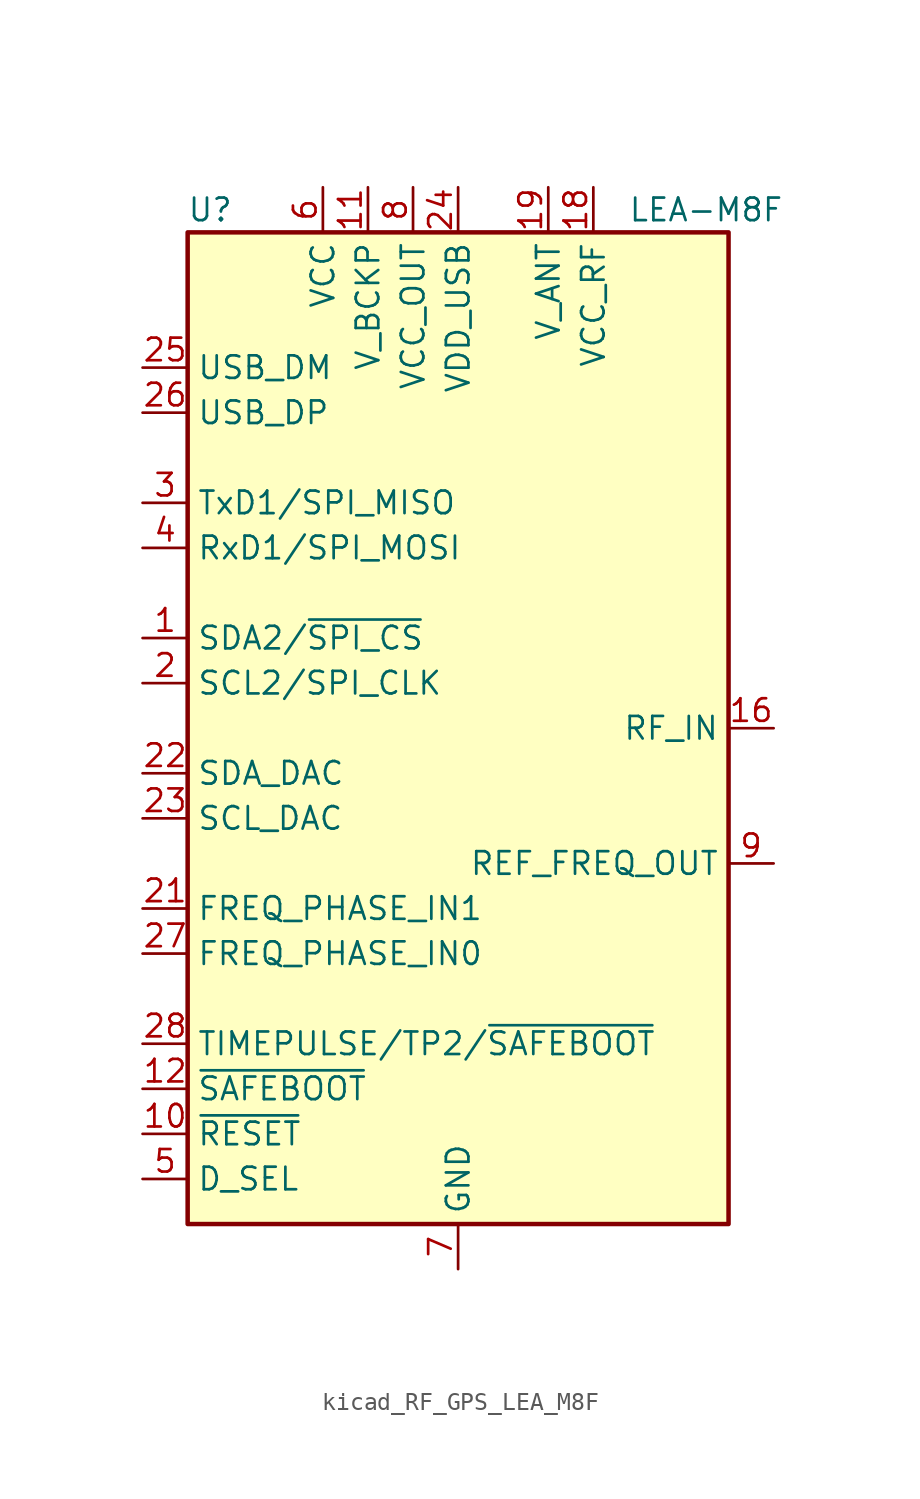
<source format=kicad_sym>
(kicad_symbol_lib
  (version 20220914)
  (generator kicad_symbol_editor)
  (symbol "kicad_RF_GPS_LEA_M8F"
    (property "Reference" "U"
      (at -13.97 29.21 0)
      (effects (font (size 1.27 1.27))))
    (property "Value" "LEA-M8F"
      (at 13.97 29.21 0)
      (effects (font (size 1.27 1.27))))
    (symbol "kicad_RF_GPS_LEA_M8F_0_1"
      (rectangle (start -15.24 27.94) (end 15.24 -27.94) (stroke (width 0.254) (type default)) (fill (type background))))
    (symbol "kicad_RF_GPS_LEA_M8F_1_1"
      (pin bidirectional line (at -17.78 5.08 0) (length 2.54) (name "SDA2/~{SPI_CS}" (effects (font (size 1.27 1.27)))) (number "1" (effects (font (size 1.27 1.27)))))
      (pin input line (at -17.78 -22.86 0) (length 2.54) (name "~{RESET}" (effects (font (size 1.27 1.27)))) (number "10" (effects (font (size 1.27 1.27)))))
      (pin power_in line (at -5.08 30.48 270) (length 2.54) (name "V_BCKP" (effects (font (size 1.27 1.27)))) (number "11" (effects (font (size 1.27 1.27)))))
      (pin input line (at -17.78 -20.32 0) (length 2.54) (name "~{SAFEBOOT}" (effects (font (size 1.27 1.27)))) (number "12" (effects (font (size 1.27 1.27)))))
      (pin passive line (at 0 -30.48 90) (length 2.54) hide (name "GND" (effects (font (size 1.27 1.27)))) (number "13" (effects (font (size 1.27 1.27)))))
      (pin passive line (at 0 -30.48 90) (length 2.54) hide (name "GND" (effects (font (size 1.27 1.27)))) (number "14" (effects (font (size 1.27 1.27)))))
      (pin passive line (at 0 -30.48 90) (length 2.54) hide (name "GND" (effects (font (size 1.27 1.27)))) (number "15" (effects (font (size 1.27 1.27)))))
      (pin input line (at 17.78 0 180) (length 2.54) (name "RF_IN" (effects (font (size 1.27 1.27)))) (number "16" (effects (font (size 1.27 1.27)))))
      (pin passive line (at 0 -30.48 90) (length 2.54) hide (name "GND" (effects (font (size 1.27 1.27)))) (number "17" (effects (font (size 1.27 1.27)))))
      (pin power_out line (at 7.62 30.48 270) (length 2.54) (name "VCC_RF" (effects (font (size 1.27 1.27)))) (number "18" (effects (font (size 1.27 1.27)))))
      (pin power_in line (at 5.08 30.48 270) (length 2.54) (name "V_ANT" (effects (font (size 1.27 1.27)))) (number "19" (effects (font (size 1.27 1.27)))))
      (pin input line (at -17.78 2.54 0) (length 2.54) (name "SCL2/SPI_CLK" (effects (font (size 1.27 1.27)))) (number "2" (effects (font (size 1.27 1.27)))))
      (pin no_connect line (at 15.24 2.54 180) (length 2.54) hide (name "RESERVED" (effects (font (size 1.27 1.27)))) (number "20" (effects (font (size 1.27 1.27)))))
      (pin input line (at -17.78 -10.16 0) (length 2.54) (name "FREQ_PHASE_IN1" (effects (font (size 1.27 1.27)))) (number "21" (effects (font (size 1.27 1.27)))))
      (pin bidirectional line (at -17.78 -2.54 0) (length 2.54) (name "SDA_DAC" (effects (font (size 1.27 1.27)))) (number "22" (effects (font (size 1.27 1.27)))))
      (pin output line (at -17.78 -5.08 0) (length 2.54) (name "SCL_DAC" (effects (font (size 1.27 1.27)))) (number "23" (effects (font (size 1.27 1.27)))))
      (pin power_in line (at 0 30.48 270) (length 2.54) (name "VDD_USB" (effects (font (size 1.27 1.27)))) (number "24" (effects (font (size 1.27 1.27)))))
      (pin bidirectional line (at -17.78 20.32 0) (length 2.54) (name "USB_DM" (effects (font (size 1.27 1.27)))) (number "25" (effects (font (size 1.27 1.27)))))
      (pin bidirectional line (at -17.78 17.78 0) (length 2.54) (name "USB_DP" (effects (font (size 1.27 1.27)))) (number "26" (effects (font (size 1.27 1.27)))))
      (pin input line (at -17.78 -12.7 0) (length 2.54) (name "FREQ_PHASE_IN0" (effects (font (size 1.27 1.27)))) (number "27" (effects (font (size 1.27 1.27)))))
      (pin bidirectional line (at -17.78 -17.78 0) (length 2.54) (name "TIMEPULSE/TP2/~{SAFEBOOT}" (effects (font (size 1.27 1.27)))) (number "28" (effects (font (size 1.27 1.27)))))
      (pin output line (at -17.78 12.7 0) (length 2.54) (name "TxD1/SPI_MISO" (effects (font (size 1.27 1.27)))) (number "3" (effects (font (size 1.27 1.27)))))
      (pin input line (at -17.78 10.16 0) (length 2.54) (name "RxD1/SPI_MOSI" (effects (font (size 1.27 1.27)))) (number "4" (effects (font (size 1.27 1.27)))))
      (pin input line (at -17.78 -25.4 0) (length 2.54) (name "D_SEL" (effects (font (size 1.27 1.27)))) (number "5" (effects (font (size 1.27 1.27)))))
      (pin power_in line (at -7.62 30.48 270) (length 2.54) (name "VCC" (effects (font (size 1.27 1.27)))) (number "6" (effects (font (size 1.27 1.27)))))
      (pin power_in line (at 0 -30.48 90) (length 2.54) (name "GND" (effects (font (size 1.27 1.27)))) (number "7" (effects (font (size 1.27 1.27)))))
      (pin power_out line (at -2.54 30.48 270) (length 2.54) (name "VCC_OUT" (effects (font (size 1.27 1.27)))) (number "8" (effects (font (size 1.27 1.27)))))
      (pin output line (at 17.78 -7.62 180) (length 2.54) (name "REF_FREQ_OUT" (effects (font (size 1.27 1.27)))) (number "9" (effects (font (size 1.27 1.27))))))))
</source>
